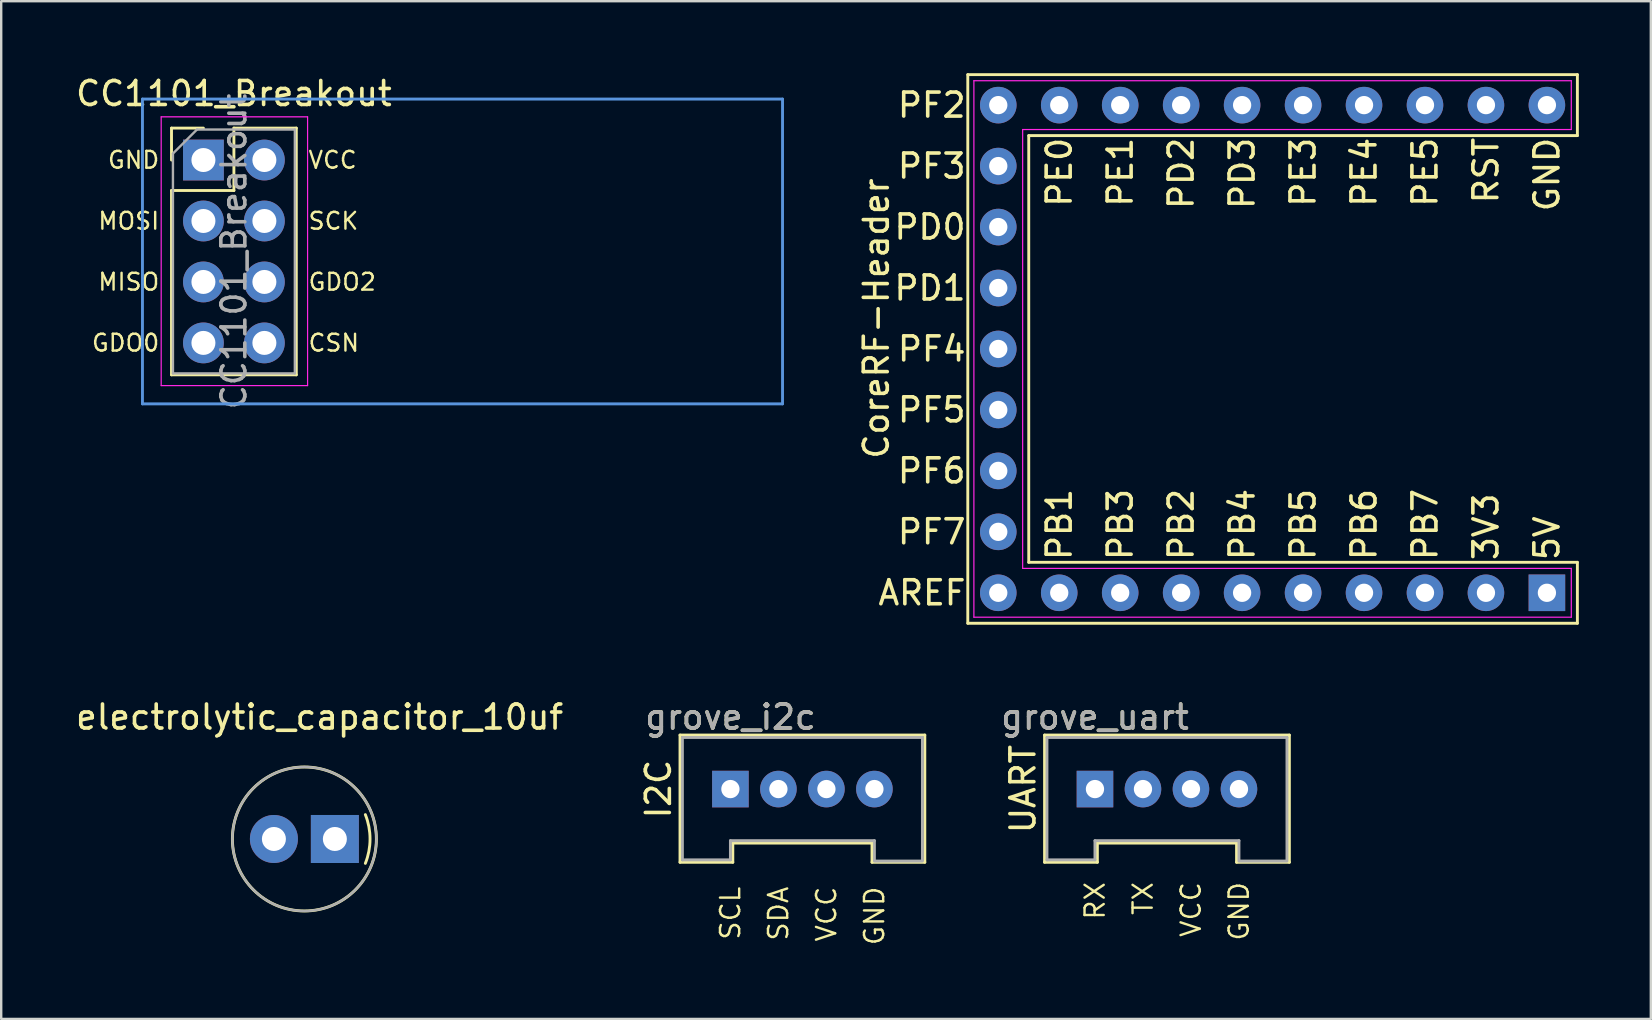
<source format=kicad_pcb>
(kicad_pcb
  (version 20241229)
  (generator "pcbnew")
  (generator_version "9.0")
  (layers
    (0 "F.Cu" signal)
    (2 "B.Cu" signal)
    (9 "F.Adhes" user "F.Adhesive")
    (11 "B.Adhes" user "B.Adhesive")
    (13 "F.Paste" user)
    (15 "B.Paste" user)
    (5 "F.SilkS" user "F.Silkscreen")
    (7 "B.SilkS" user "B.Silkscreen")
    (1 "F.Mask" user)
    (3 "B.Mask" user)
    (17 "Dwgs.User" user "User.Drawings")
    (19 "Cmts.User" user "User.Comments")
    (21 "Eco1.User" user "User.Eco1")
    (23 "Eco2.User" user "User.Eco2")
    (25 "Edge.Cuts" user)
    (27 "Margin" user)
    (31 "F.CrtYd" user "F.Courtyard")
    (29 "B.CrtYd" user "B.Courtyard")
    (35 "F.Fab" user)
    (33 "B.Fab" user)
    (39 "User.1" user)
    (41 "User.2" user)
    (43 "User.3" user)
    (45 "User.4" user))
  (footprint "grove_uart"
    (layer "F.Cu")
    (at 45.574 29.828)
    (property "Reference" "grove_uart" (at -3 -3 0) (layer "F.SilkS") (effects (font (size 1 1) (thickness 0.15))))
    (attr through_hole)
    (fp_line (start -5.1 -2.25) (end 5.1 -2.25) (stroke (width 0.12) (type solid)) (layer "F.SilkS"))
    (fp_line (start -5.1 3.05) (end -5.1 -2.25) (stroke (width 0.12) (type solid)) (layer "F.SilkS"))
    (fp_line (start -2.9 2.25) (end -2.9 3.05) (stroke (width 0.12) (type solid)) (layer "F.SilkS"))
    (fp_line (start -2.9 3.05) (end -5.1 3.05) (stroke (width 0.12) (type solid)) (layer "F.SilkS"))
    (fp_line (start 2.9 2.25) (end -2.9 2.25) (stroke (width 0.12) (type solid)) (layer "F.SilkS"))
    (fp_line (start 2.9 3.05) (end 2.9 2.25) (stroke (width 0.12) (type solid)) (layer "F.SilkS"))
    (fp_line (start 5.1 -2.25) (end 5.1 3.05) (stroke (width 0.12) (type solid)) (layer "F.SilkS"))
    (fp_line (start 5.1 3.05) (end 2.9 3.05) (stroke (width 0.12) (type solid)) (layer "F.SilkS"))
    (fp_line (start -5 -2.15) (end 5 -2.15) (stroke (width 0.12) (type solid)) (layer "F.Fab"))
    (fp_line (start -5 2.95) (end -5 -2.15) (stroke (width 0.12) (type solid)) (layer "F.Fab"))
    (fp_line (start -5 2.95) (end -3 2.95) (stroke (width 0.12) (type solid)) (layer "F.Fab"))
    (fp_line (start -3 2.95) (end -3 2.15) (stroke (width 0.12) (type solid)) (layer "F.Fab"))
    (fp_line (start 3 2.15) (end -3 2.15) (stroke (width 0.12) (type solid)) (layer "F.Fab"))
    (fp_line (start 3 2.15) (end 3 2.95) (stroke (width 0.12) (type solid)) (layer "F.Fab"))
    (fp_line (start 3 3) (end 5 3) (stroke (width 0.12) (type solid)) (layer "F.Fab"))
    (fp_line (start 5 -2.15) (end 5 2.95) (stroke (width 0.12) (type solid)) (layer "F.Fab"))
    (fp_text user "RX" (at -3 3.81 90) (layer "F.SilkS") (effects (font (size 0.8 0.8) (thickness 0.1)) (justify right)))
    (fp_text user "GND" (at 3 3.81 90) (layer "F.SilkS") (effects (font (size 0.8 0.8) (thickness 0.1)) (justify right)))
    (fp_text user "TX" (at -1 3.81 90) (layer "F.SilkS") (effects (font (size 0.8 0.8) (thickness 0.1)) (justify right)))
    (fp_text user "UART" (at -6 0 90) (layer "F.SilkS") (effects (font (size 1 1) (thickness 0.15))))
    (fp_text user "VCC" (at 1 3.81 90) (layer "F.SilkS") (effects (font (size 0.8 0.8) (thickness 0.1)) (justify right)))
    (fp_text user "${REFERENCE}" (at -3 -3 180) (layer "F.Fab") (effects (font (size 1 1) (thickness 0.15))))
    (pad "1" thru_hole rect (at -3 0) (size 1.524 1.524) (drill 0.762) (layers "*.Cu" "*.Mask"))
    (pad "2" thru_hole circle (at -1 0) (size 1.524 1.524) (drill 0.762) (layers "*.Cu" "*.Mask"))
    (pad "3" thru_hole circle (at 1 0) (size 1.524 1.524) (drill 0.762) (layers "*.Cu" "*.Mask"))
    (pad "4" thru_hole circle (at 3 0) (size 1.524 1.524) (drill 0.762) (layers "*.Cu" "*.Mask")))
  (footprint "grove_i2c"
    (layer "F.Cu")
    (at 30.384 29.828)
    (property "Reference" "grove_i2c" (at -3 -3 0) (layer "F.SilkS") (effects (font (size 1 1) (thickness 0.15))))
    (attr through_hole)
    (fp_line (start -5.1 -2.25) (end 5.1 -2.25) (stroke (width 0.12) (type solid)) (layer "F.SilkS"))
    (fp_line (start -5.1 3.05) (end -5.1 -2.25) (stroke (width 0.12) (type solid)) (layer "F.SilkS"))
    (fp_line (start -2.9 2.25) (end -2.9 3.05) (stroke (width 0.12) (type solid)) (layer "F.SilkS"))
    (fp_line (start -2.9 3.05) (end -5.1 3.05) (stroke (width 0.12) (type solid)) (layer "F.SilkS"))
    (fp_line (start 2.9 2.25) (end -2.9 2.25) (stroke (width 0.12) (type solid)) (layer "F.SilkS"))
    (fp_line (start 2.9 3.05) (end 2.9 2.25) (stroke (width 0.12) (type solid)) (layer "F.SilkS"))
    (fp_line (start 5.1 -2.25) (end 5.1 3.05) (stroke (width 0.12) (type solid)) (layer "F.SilkS"))
    (fp_line (start 5.1 3.05) (end 2.9 3.05) (stroke (width 0.12) (type solid)) (layer "F.SilkS"))
    (fp_line (start -5 -2.15) (end 5 -2.15) (stroke (width 0.12) (type solid)) (layer "F.Fab"))
    (fp_line (start -5 2.95) (end -5 -2.15) (stroke (width 0.12) (type solid)) (layer "F.Fab"))
    (fp_line (start -5 2.95) (end -3 2.95) (stroke (width 0.12) (type solid)) (layer "F.Fab"))
    (fp_line (start -3 2.95) (end -3 2.15) (stroke (width 0.12) (type solid)) (layer "F.Fab"))
    (fp_line (start 3 2.15) (end -3 2.15) (stroke (width 0.12) (type solid)) (layer "F.Fab"))
    (fp_line (start 3 2.15) (end 3 2.95) (stroke (width 0.12) (type solid)) (layer "F.Fab"))
    (fp_line (start 3 3) (end 5 3) (stroke (width 0.12) (type solid)) (layer "F.Fab"))
    (fp_line (start 5 -2.15) (end 5 2.95) (stroke (width 0.12) (type solid)) (layer "F.Fab"))
    (fp_text user "I2C" (at -6 0 90) (layer "F.SilkS") (effects (font (size 1 1) (thickness 0.15))))
    (fp_text user "SCL" (at -3 4 90) (layer "F.SilkS") (effects (font (size 0.8 0.8) (thickness 0.1)) (justify right)))
    (fp_text user "SDA" (at -1 4 90) (layer "F.SilkS") (effects (font (size 0.8 0.8) (thickness 0.1)) (justify right)))
    (fp_text user "VCC" (at 1 4 90) (layer "F.SilkS") (effects (font (size 0.8 0.8) (thickness 0.1)) (justify right)))
    (fp_text user "GND" (at 3 4 90) (layer "F.SilkS") (effects (font (size 0.8 0.8) (thickness 0.1)) (justify right)))
    (fp_text user "${REFERENCE}" (at -3 -3 180) (layer "F.Fab") (effects (font (size 1 1) (thickness 0.15))))
    (pad "1" thru_hole rect (at -3 0) (size 1.524 1.524) (drill 0.762) (layers "*.Cu" "*.Mask"))
    (pad "2" thru_hole circle (at -1 0) (size 1.524 1.524) (drill 0.762) (layers "*.Cu" "*.Mask"))
    (pad "3" thru_hole circle (at 1 0) (size 1.524 1.524) (drill 0.762) (layers "*.Cu" "*.Mask"))
    (pad "4" thru_hole circle (at 3 0) (size 1.524 1.524) (drill 0.762) (layers "*.Cu" "*.Mask")))
  (footprint "electrolytic_capacitor_10uf"
    (layer "F.Cu")
    (at 8.363 31.908)
    (property "Reference" "electrolytic_capacitor_10uf" (at 1.905 -5.08 0) (layer "F.SilkS") (effects (font (size 1 1) (thickness 0.15))))
    (attr through_hole)
    (fp_arc (start 3.809999 -1.016) (mid 4.005663 0) (end 3.809999 1.015999) (stroke (width 0.12) (type solid)) (layer "F.SilkS"))
    (fp_circle (center 1.27 0) (end 4.27 0) (stroke (width 0.12) (type solid)) (fill no) (layer "F.SilkS"))
    (fp_circle (center 1.27 0) (end 4.27 0) (stroke (width 0.1) (type solid)) (fill no) (layer "F.Fab"))
    (pad "1" thru_hole circle (at 0 0 180) (size 2 2) (drill 1) (layers "*.Cu" "*.Mask"))
    (pad "2" thru_hole rect (at 2.54 0) (size 2 2) (drill 1) (layers "*.Cu" "*.Mask")))
  (footprint "CC1101_Breakout"
    (layer "F.Cu")
    (at 7.966 3.618)
    (property "Reference" "CC1101_Breakout" (at -1.27 -2.77 0) (layer "F.SilkS") (effects (font (size 1 1) (thickness 0.15))))
    (attr through_hole)
    (fp_line (start -3.87 -1.33) (end -3.87 0) (stroke (width 0.12) (type solid)) (layer "F.SilkS"))
    (fp_line (start -3.87 1.27) (end -3.87 8.95) (stroke (width 0.12) (type solid)) (layer "F.SilkS"))
    (fp_line (start -2.54 -1.33) (end -3.87 -1.33) (stroke (width 0.12) (type solid)) (layer "F.SilkS"))
    (fp_line (start -1.27 -1.33) (end -1.27 1.27) (stroke (width 0.12) (type solid)) (layer "F.SilkS"))
    (fp_line (start -1.27 1.27) (end -3.87 1.27) (stroke (width 0.12) (type solid)) (layer "F.SilkS"))
    (fp_line (start 1.33 -1.33) (end -1.27 -1.33) (stroke (width 0.12) (type solid)) (layer "F.SilkS"))
    (fp_line (start 1.33 -1.33) (end 1.33 8.95) (stroke (width 0.12) (type solid)) (layer "F.SilkS"))
    (fp_line (start 1.33 8.95) (end -3.87 8.95) (stroke (width 0.12) (type solid)) (layer "F.SilkS"))
    (fp_line (start -5.08 -2.54) (end 21.59 -2.54) (stroke (width 0.12) (type solid)) (layer "Cmts.User"))
    (fp_line (start -5.08 10.16) (end -5.08 -2.54) (stroke (width 0.12) (type solid)) (layer "Cmts.User"))
    (fp_line (start 21.59 -2.54) (end 21.59 10.16) (stroke (width 0.12) (type solid)) (layer "Cmts.User"))
    (fp_line (start 21.59 10.16) (end -5.08 10.16) (stroke (width 0.12) (type solid)) (layer "Cmts.User"))
    (fp_line (start -4.3 -1.8) (end -4.3 9.4) (stroke (width 0.05) (type solid)) (layer "F.CrtYd"))
    (fp_line (start -4.3 9.4) (end 1.8 9.4) (stroke (width 0.05) (type solid)) (layer "F.CrtYd"))
    (fp_line (start 1.8 -1.8) (end -4.3 -1.8) (stroke (width 0.05) (type solid)) (layer "F.CrtYd"))
    (fp_line (start 1.8 9.4) (end 1.8 -1.8) (stroke (width 0.05) (type solid)) (layer "F.CrtYd"))
    (fp_line (start -3.81 -0.27) (end -3.81 8.89) (stroke (width 0.1) (type solid)) (layer "F.Fab"))
    (fp_line (start -3.81 8.89) (end 1.27 8.89) (stroke (width 0.1) (type solid)) (layer "F.Fab"))
    (fp_line (start -2.81 -1.27) (end -3.81 -0.27) (stroke (width 0.1) (type solid)) (layer "F.Fab"))
    (fp_line (start 1.27 -1.27) (end -2.81 -1.27) (stroke (width 0.1) (type solid)) (layer "F.Fab"))
    (fp_line (start 1.27 8.89) (end 1.27 -1.27) (stroke (width 0.1) (type solid)) (layer "F.Fab"))
    (fp_text user "SCK" (at 1.778 2.54 0) (layer "F.SilkS") (effects (font (size 0.7 0.7) (thickness 0.1)) (justify left)))
    (fp_text user "GND" (at -4.318 0 180) (layer "F.SilkS") (effects (font (size 0.7 0.7) (thickness 0.1)) (justify right)))
    (fp_text user "VCC" (at 1.778 0 0) (layer "F.SilkS") (effects (font (size 0.7 0.7) (thickness 0.1)) (justify left)))
    (fp_text user "GDO2" (at 1.778 5.08 0) (layer "F.SilkS") (effects (font (size 0.7 0.7) (thickness 0.1)) (justify left)))
    (fp_text user "MOSI" (at -4.318 2.54 180) (layer "F.SilkS") (effects (font (size 0.7 0.7) (thickness 0.1)) (justify right)))
    (fp_text user "CSN" (at 1.778 7.62 0) (layer "F.SilkS") (effects (font (size 0.7 0.7) (thickness 0.1)) (justify left)))
    (fp_text user "MISO" (at -4.318 5.08 0) (layer "F.SilkS") (effects (font (size 0.7 0.7) (thickness 0.1)) (justify right)))
    (fp_text user "GDO0" (at -4.318 7.62 0) (layer "F.SilkS") (effects (font (size 0.7 0.7) (thickness 0.1)) (justify right)))
    (fp_text user "${REFERENCE}" (at -1.27 3.81 90) (layer "F.Fab") (effects (font (size 1 1) (thickness 0.15))))
    (pad "1" thru_hole rect (at -2.54 0) (size 1.7 1.7) (drill 1) (layers "*.Cu" "*.Mask"))
    (pad "2" thru_hole oval (at 0 0) (size 1.7 1.7) (drill 1) (layers "*.Cu" "*.Mask"))
    (pad "3" thru_hole oval (at -2.54 2.54) (size 1.7 1.7) (drill 1) (layers "*.Cu" "*.Mask"))
    (pad "4" thru_hole oval (at 0 2.54) (size 1.7 1.7) (drill 1) (layers "*.Cu" "*.Mask"))
    (pad "5" thru_hole oval (at -2.54 5.08) (size 1.7 1.7) (drill 1) (layers "*.Cu" "*.Mask"))
    (pad "6" thru_hole oval (at 0 5.08) (size 1.7 1.7) (drill 1) (layers "*.Cu" "*.Mask"))
    (pad "7" thru_hole oval (at -2.54 7.62) (size 1.7 1.7) (drill 1) (layers "*.Cu" "*.Mask"))
    (pad "8" thru_hole oval (at 0 7.62) (size 1.7 1.7) (drill 1) (layers "*.Cu" "*.Mask")))
  (footprint "CoreRF-Header"
    (layer "F.Cu")
    (at 61.405 21.65)
    (property "Reference" "CoreRF-Header" (at -27.94 -11.43 90) (layer "F.SilkS") (effects (font (size 1 1) (thickness 0.15))))
    (attr through_hole)
    (fp_line (start -24.13 -21.59) (end 1.27 -21.59) (stroke (width 0.12) (type solid)) (layer "F.SilkS"))
    (fp_line (start -24.13 1.27) (end -24.13 -21.59) (stroke (width 0.12) (type solid)) (layer "F.SilkS"))
    (fp_line (start -21.59 -19.05) (end -21.59 -1.27) (stroke (width 0.12) (type solid)) (layer "F.SilkS"))
    (fp_line (start -21.59 -1.27) (end 1.27 -1.27) (stroke (width 0.12) (type solid)) (layer "F.SilkS"))
    (fp_line (start 1.27 -21.59) (end 1.27 -19.05) (stroke (width 0.12) (type solid)) (layer "F.SilkS"))
    (fp_line (start 1.27 -19.05) (end -21.59 -19.05) (stroke (width 0.12) (type solid)) (layer "F.SilkS"))
    (fp_line (start 1.27 -1.27) (end 1.27 1.27) (stroke (width 0.12) (type solid)) (layer "F.SilkS"))
    (fp_line (start 1.27 1.27) (end -24.13 1.27) (stroke (width 0.12) (type solid)) (layer "F.SilkS"))
    (fp_line (start -23.876 -21.336) (end 1.016 -21.336) (stroke (width 0.05) (type solid)) (layer "F.CrtYd"))
    (fp_line (start -23.876 1.016) (end -23.876 -21.336) (stroke (width 0.05) (type solid)) (layer "F.CrtYd"))
    (fp_line (start -21.844 -19.304) (end -21.844 -1.016) (stroke (width 0.05) (type solid)) (layer "F.CrtYd"))
    (fp_line (start -21.844 -1.016) (end 1.016 -1.016) (stroke (width 0.05) (type solid)) (layer "F.CrtYd"))
    (fp_line (start 1.016 -21.336) (end 1.016 -19.304) (stroke (width 0.05) (type solid)) (layer "F.CrtYd"))
    (fp_line (start 1.016 -19.304) (end -21.844 -19.304) (stroke (width 0.05) (type solid)) (layer "F.CrtYd"))
    (fp_line (start 1.016 -1.016) (end 1.016 1.016) (stroke (width 0.05) (type solid)) (layer "F.CrtYd"))
    (fp_line (start 1.016 1.016) (end -23.876 1.016) (stroke (width 0.05) (type solid)) (layer "F.CrtYd"))
    (fp_text user "RST" (at -2.54 -19.05 90) (layer "F.SilkS") (effects (font (size 1 1) (thickness 0.15)) (justify right)))
    (fp_text user "PE3" (at -10.16 -19.05 90) (layer "F.SilkS") (effects (font (size 1 1) (thickness 0.15)) (justify right)))
    (fp_text user "PF5" (at -24.13 -7.62 0) (layer "F.SilkS") (effects (font (size 1 1) (thickness 0.15)) (justify right)))
    (fp_text user "PD3" (at -12.7 -19.05 90) (layer "F.SilkS") (effects (font (size 1 1) (thickness 0.15)) (justify right)))
    (fp_text user "PB5" (at -10.16 -1.27 90) (layer "F.SilkS") (effects (font (size 1 1) (thickness 0.15)) (justify left)))
    (fp_text user "PF2" (at -24.13 -20.32 0) (layer "F.SilkS") (effects (font (size 1 1) (thickness 0.15)) (justify right)))
    (fp_text user "PF4" (at -24.13 -10.16 0) (layer "F.SilkS") (effects (font (size 1 1) (thickness 0.15)) (justify right)))
    (fp_text user "GND" (at 0 -19.05 90) (layer "F.SilkS") (effects (font (size 1 1) (thickness 0.15)) (justify right)))
    (fp_text user "PE1" (at -17.78 -19.05 90) (layer "F.SilkS") (effects (font (size 1 1) (thickness 0.15)) (justify right)))
    (fp_text user "PB6" (at -7.62 -1.27 90) (layer "F.SilkS") (effects (font (size 1 1) (thickness 0.15)) (justify left)))
    (fp_text user "5V" (at 0 -1.27 90) (layer "F.SilkS") (effects (font (size 1 1) (thickness 0.15)) (justify left)))
    (fp_text user "PB1" (at -20.32 -1.27 90) (layer "F.SilkS") (effects (font (size 1 1) (thickness 0.15)) (justify left)))
    (fp_text user "PB7" (at -5.08 -1.27 90) (layer "F.SilkS") (effects (font (size 1 1) (thickness 0.15)) (justify left)))
    (fp_text user "PF6" (at -24.13 -5.08 0) (layer "F.SilkS") (effects (font (size 1 1) (thickness 0.15)) (justify right)))
    (fp_text user "3V3" (at -2.54 -1.27 90) (layer "F.SilkS") (effects (font (size 1 1) (thickness 0.15)) (justify left)))
    (fp_text user "PB4" (at -12.7 -1.27 90) (layer "F.SilkS") (effects (font (size 1 1) (thickness 0.15)) (justify left)))
    (fp_text user "AREF" (at -24.13 0 0) (layer "F.SilkS") (effects (font (size 1 1) (thickness 0.15)) (justify right)))
    (fp_text user "PD0" (at -24.13 -15.24 0) (layer "F.SilkS") (effects (font (size 1 1) (thickness 0.15)) (justify right)))
    (fp_text user "PF7" (at -24.13 -2.54 0) (layer "F.SilkS") (effects (font (size 1 1) (thickness 0.15)) (justify right)))
    (fp_text user "PD2" (at -15.24 -19.05 90) (layer "F.SilkS") (effects (font (size 1 1) (thickness 0.15)) (justify right)))
    (fp_text user "PE5" (at -5.08 -19.05 90) (layer "F.SilkS") (effects (font (size 1 1) (thickness 0.15)) (justify right)))
    (fp_text user "PF3" (at -24.13 -17.78 0) (layer "F.SilkS") (effects (font (size 1 1) (thickness 0.15)) (justify right)))
    (fp_text user "PD1" (at -24.13 -12.7 0) (layer "F.SilkS") (effects (font (size 1 1) (thickness 0.15)) (justify right)))
    (fp_text user "PB3" (at -17.78 -1.27 90) (layer "F.SilkS") (effects (font (size 1 1) (thickness 0.15)) (justify left)))
    (fp_text user "PB2" (at -15.24 -1.27 90) (layer "F.SilkS") (effects (font (size 1 1) (thickness 0.15)) (justify left)))
    (fp_text user "PE0" (at -20.32 -19.05 90) (layer "F.SilkS") (effects (font (size 1 1) (thickness 0.15)) (justify right)))
    (fp_text user "PE4" (at -7.62 -19.05 90) (layer "F.SilkS") (effects (font (size 1 1) (thickness 0.15)) (justify right)))
    (pad "1" thru_hole rect (at 0 0) (size 1.524 1.524) (drill 0.762) (layers "*.Cu" "*.Mask"))
    (pad "2" thru_hole circle (at -2.54 0) (size 1.524 1.524) (drill 0.762) (layers "*.Cu" "*.Mask"))
    (pad "3" thru_hole circle (at -5.08 0) (size 1.524 1.524) (drill 0.762) (layers "*.Cu" "*.Mask"))
    (pad "4" thru_hole circle (at -7.62 0) (size 1.524 1.524) (drill 0.762) (layers "*.Cu" "*.Mask"))
    (pad "5" thru_hole circle (at -10.16 0) (size 1.524 1.524) (drill 0.762) (layers "*.Cu" "*.Mask"))
    (pad "6" thru_hole circle (at -12.7 0) (size 1.524 1.524) (drill 0.762) (layers "*.Cu" "*.Mask"))
    (pad "7" thru_hole circle (at -15.24 0) (size 1.524 1.524) (drill 0.762) (layers "*.Cu" "*.Mask"))
    (pad "8" thru_hole circle (at -17.78 0) (size 1.524 1.524) (drill 0.762) (layers "*.Cu" "*.Mask"))
    (pad "9" thru_hole circle (at -20.32 0) (size 1.524 1.524) (drill 0.762) (layers "*.Cu" "*.Mask"))
    (pad "10" thru_hole circle (at -22.86 0) (size 1.524 1.524) (drill 0.762) (layers "*.Cu" "*.Mask"))
    (pad "11" thru_hole circle (at -22.86 -2.54) (size 1.524 1.524) (drill 0.762) (layers "*.Cu" "*.Mask"))
    (pad "12" thru_hole circle (at -22.86 -5.08) (size 1.524 1.524) (drill 0.762) (layers "*.Cu" "*.Mask"))
    (pad "13" thru_hole circle (at -22.86 -7.62) (size 1.524 1.524) (drill 0.762) (layers "*.Cu" "*.Mask"))
    (pad "14" thru_hole circle (at -22.86 -10.16) (size 1.524 1.524) (drill 0.762) (layers "*.Cu" "*.Mask"))
    (pad "15" thru_hole circle (at -22.86 -12.7) (size 1.524 1.524) (drill 0.762) (layers "*.Cu" "*.Mask"))
    (pad "16" thru_hole circle (at -22.86 -15.24) (size 1.524 1.524) (drill 0.762) (layers "*.Cu" "*.Mask"))
    (pad "17" thru_hole circle (at -22.86 -17.78) (size 1.524 1.524) (drill 0.762) (layers "*.Cu" "*.Mask"))
    (pad "18" thru_hole circle (at -22.86 -20.32) (size 1.524 1.524) (drill 0.762) (layers "*.Cu" "*.Mask"))
    (pad "19" thru_hole circle (at -20.32 -20.32) (size 1.524 1.524) (drill 0.762) (layers "*.Cu" "*.Mask"))
    (pad "20" thru_hole circle (at -17.78 -20.32) (size 1.524 1.524) (drill 0.762) (layers "*.Cu" "*.Mask"))
    (pad "21" thru_hole circle (at -15.24 -20.32) (size 1.524 1.524) (drill 0.762) (layers "*.Cu" "*.Mask"))
    (pad "22" thru_hole circle (at -12.7 -20.32) (size 1.524 1.524) (drill 0.762) (layers "*.Cu" "*.Mask"))
    (pad "23" thru_hole circle (at -10.16 -20.32) (size 1.524 1.524) (drill 0.762) (layers "*.Cu" "*.Mask"))
    (pad "24" thru_hole circle (at -7.62 -20.32) (size 1.524 1.524) (drill 0.762) (layers "*.Cu" "*.Mask"))
    (pad "25" thru_hole circle (at -5.08 -20.32) (size 1.524 1.524) (drill 0.762) (layers "*.Cu" "*.Mask"))
    (pad "26" thru_hole circle (at -2.54 -20.32) (size 1.524 1.524) (drill 0.762) (layers "*.Cu" "*.Mask"))
    (pad "27" thru_hole circle (at 0 -20.32) (size 1.524 1.524) (drill 0.762) (layers "*.Cu" "*.Mask")))
  (gr_rect
    (start -3 -3)
    (end 65.735 39.406)
    (stroke (width 0.1) (type default))
    (fill no)
    (layer "Edge.Cuts")))
</source>
